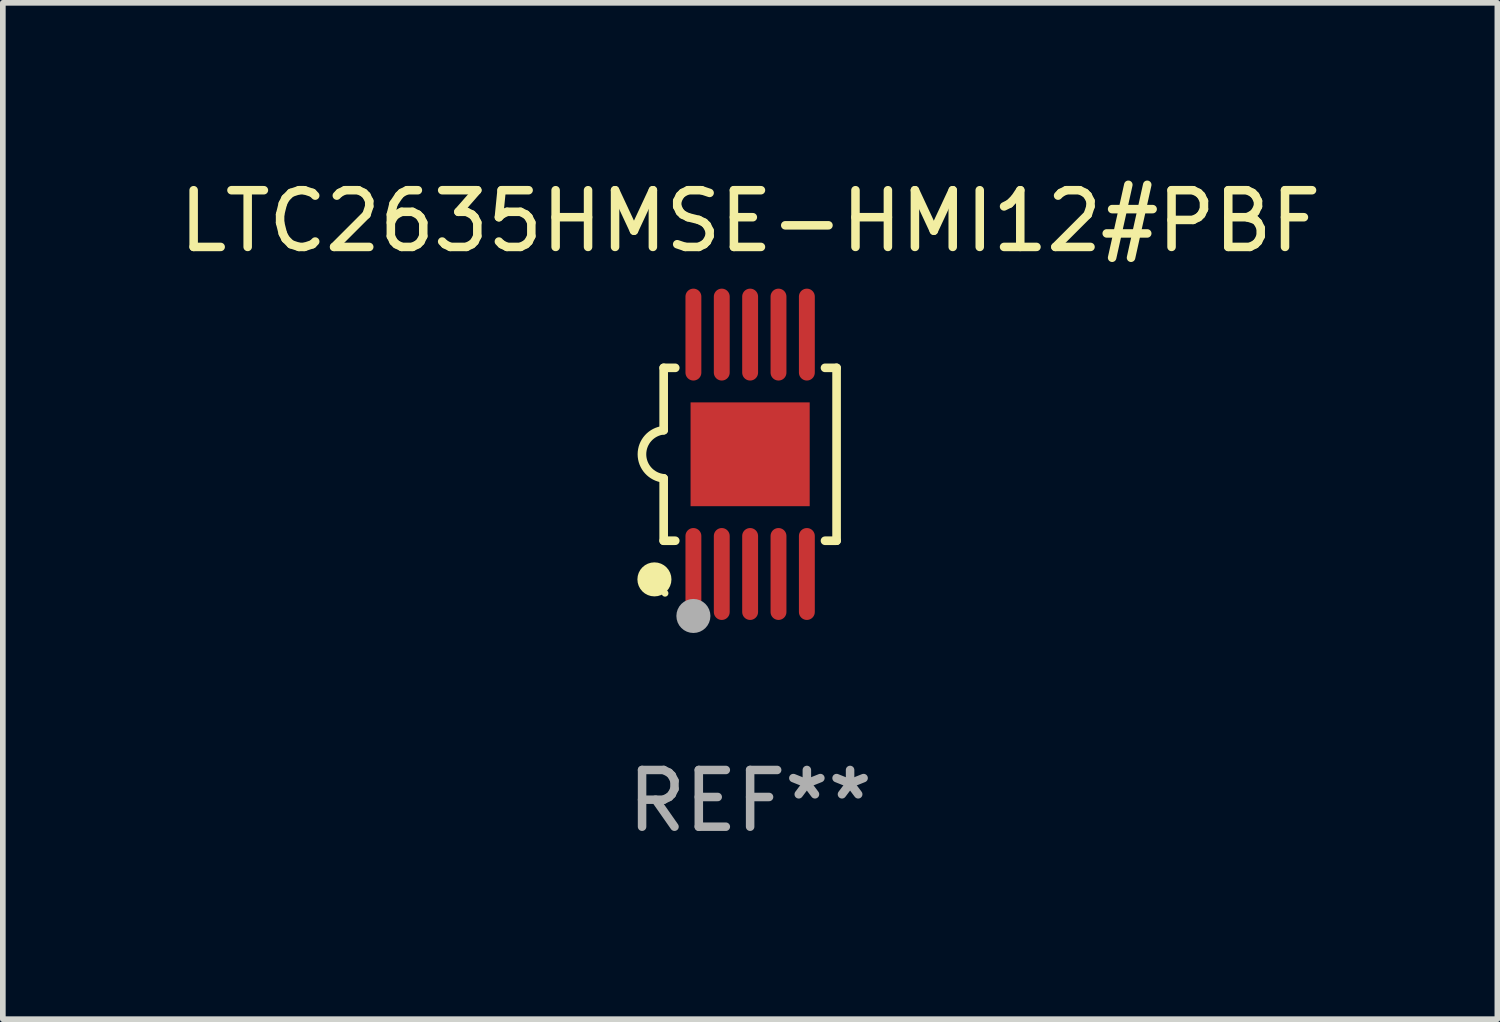
<source format=kicad_pcb>
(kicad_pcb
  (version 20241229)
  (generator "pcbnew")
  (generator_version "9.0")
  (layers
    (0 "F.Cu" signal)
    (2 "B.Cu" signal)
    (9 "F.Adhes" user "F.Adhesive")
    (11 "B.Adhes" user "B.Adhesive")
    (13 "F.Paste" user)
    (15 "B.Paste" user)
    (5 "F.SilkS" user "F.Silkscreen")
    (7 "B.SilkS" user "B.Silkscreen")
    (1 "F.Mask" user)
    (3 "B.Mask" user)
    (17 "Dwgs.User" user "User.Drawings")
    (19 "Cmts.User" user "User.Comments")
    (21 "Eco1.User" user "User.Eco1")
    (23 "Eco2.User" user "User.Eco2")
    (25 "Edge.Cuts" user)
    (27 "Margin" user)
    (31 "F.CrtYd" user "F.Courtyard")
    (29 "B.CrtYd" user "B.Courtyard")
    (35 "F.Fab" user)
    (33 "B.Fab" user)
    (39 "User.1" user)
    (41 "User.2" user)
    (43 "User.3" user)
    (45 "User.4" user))
  (footprint "LTC2635HMSE-HMI12#PBF"
    (layer "F.Cu")
    (at 10.173 4.958)
    (property "Reference" "LTC2635HMSE-HMI12#PBF" (at 0 -4.11 0) (layer "F.SilkS") (effects (font (size 1 1) (thickness 0.15))))
    (attr through_hole)
    (fp_line (start -1.524 -1.524) (end -1.524 -0.424) (stroke (width 0.152) (type solid)) (layer "F.SilkS"))
    (fp_line (start -1.524 1.524) (end -1.524 0.424) (stroke (width 0.152) (type solid)) (layer "F.SilkS"))
    (fp_line (start -1.524 1.524) (end -1.32 1.524) (stroke (width 0.152) (type solid)) (layer "F.SilkS"))
    (fp_line (start -1.32 -1.524) (end -1.524 -1.524) (stroke (width 0.152) (type solid)) (layer "F.SilkS"))
    (fp_line (start 1.32 1.524) (end 1.524 1.524) (stroke (width 0.152) (type solid)) (layer "F.SilkS"))
    (fp_line (start 1.524 -1.524) (end 1.32 -1.524) (stroke (width 0.152) (type solid)) (layer "F.SilkS"))
    (fp_line (start 1.524 1.524) (end 1.524 -1.524) (stroke (width 0.152) (type solid)) (layer "F.SilkS"))
    (fp_arc (start -1.524003 0.424003) (mid -1.906663 -0.000089) (end -1.524004 -0.424181) (stroke (width 0.151994) (type solid)) (layer "F.SilkS"))
    (fp_circle (center -1.687 2.205) (end -1.537 2.205) (stroke (width 0.3) (type solid)) (fill no) (layer "F.SilkS"))
    (fp_circle (center -1.5 2.45) (end -1.47 2.45) (stroke (width 0.06) (type solid)) (fill no) (layer "F.SilkS"))
    (fp_circle (center -1 2.85) (end -0.85 2.85) (stroke (width 0.3) (type solid)) (fill no) (layer "F.Fab"))
    (fp_text user "REF**" (at 0 6.11 0) (layer "F.Fab") (effects (font (size 1 1) (thickness 0.15))))
    (pad "1" smd oval (at -1 2.11) (size 0.28 1.62) (layers "F.Cu" "F.Mask" "F.Paste"))
    (pad "2" smd oval (at -0.5 2.11) (size 0.28 1.62) (layers "F.Cu" "F.Mask" "F.Paste"))
    (pad "3" smd oval (at 0 2.11) (size 0.28 1.62) (layers "F.Cu" "F.Mask" "F.Paste"))
    (pad "4" smd oval (at 0.5 2.11) (size 0.28 1.62) (layers "F.Cu" "F.Mask" "F.Paste"))
    (pad "5" smd oval (at 1 2.11) (size 0.28 1.62) (layers "F.Cu" "F.Mask" "F.Paste"))
    (pad "6" smd oval (at 1 -2.11) (size 0.28 1.62) (layers "F.Cu" "F.Mask" "F.Paste"))
    (pad "7" smd oval (at 0.5 -2.11) (size 0.28 1.62) (layers "F.Cu" "F.Mask" "F.Paste"))
    (pad "8" smd oval (at 0 -2.11) (size 0.28 1.62) (layers "F.Cu" "F.Mask" "F.Paste"))
    (pad "9" smd oval (at -0.5 -2.11) (size 0.28 1.62) (layers "F.Cu" "F.Mask" "F.Paste"))
    (pad "10" smd oval (at -1 -2.11) (size 0.28 1.62) (layers "F.Cu" "F.Mask" "F.Paste"))
    (pad "11" smd rect (at 0 0) (size 2.1 1.83) (layers "F.Cu" "F.Mask" "F.Paste")))
  (gr_rect
    (start -3 -3)
    (end 23.345 14.916)
    (stroke (width 0.1) (type default))
    (fill no)
    (layer "Edge.Cuts")))
</source>
